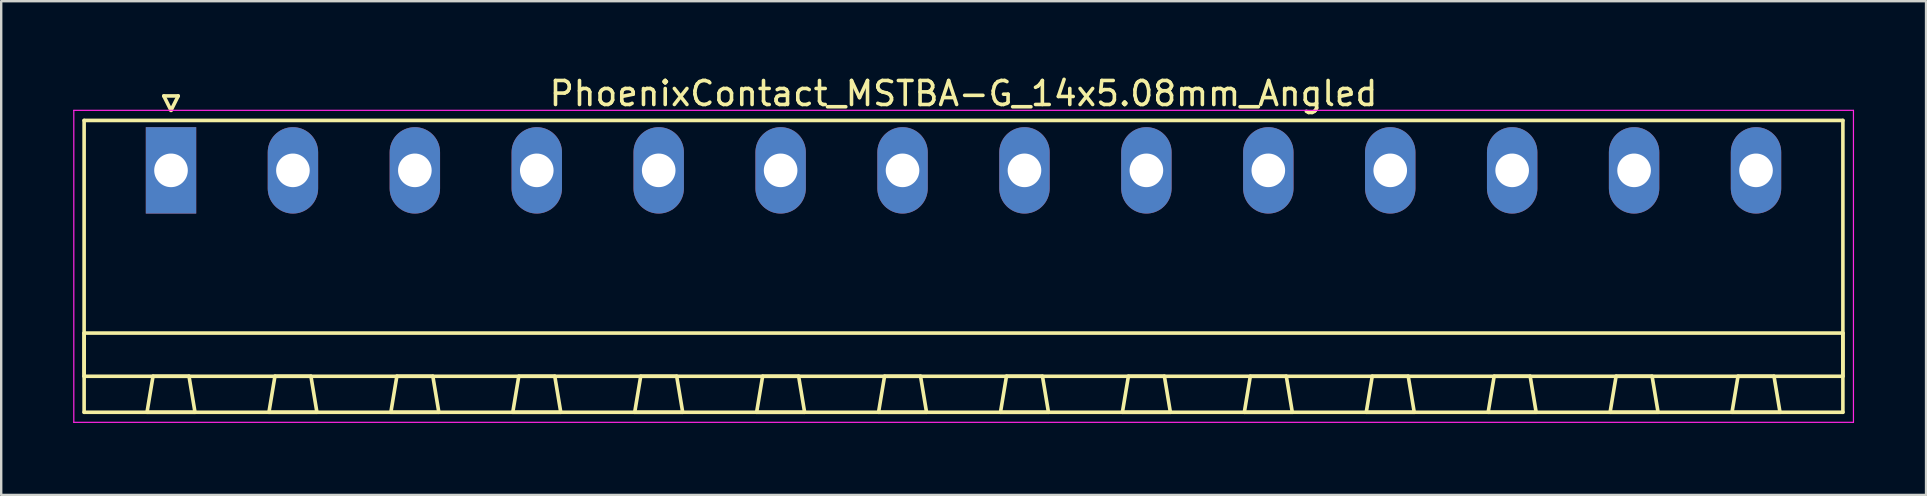
<source format=kicad_pcb>
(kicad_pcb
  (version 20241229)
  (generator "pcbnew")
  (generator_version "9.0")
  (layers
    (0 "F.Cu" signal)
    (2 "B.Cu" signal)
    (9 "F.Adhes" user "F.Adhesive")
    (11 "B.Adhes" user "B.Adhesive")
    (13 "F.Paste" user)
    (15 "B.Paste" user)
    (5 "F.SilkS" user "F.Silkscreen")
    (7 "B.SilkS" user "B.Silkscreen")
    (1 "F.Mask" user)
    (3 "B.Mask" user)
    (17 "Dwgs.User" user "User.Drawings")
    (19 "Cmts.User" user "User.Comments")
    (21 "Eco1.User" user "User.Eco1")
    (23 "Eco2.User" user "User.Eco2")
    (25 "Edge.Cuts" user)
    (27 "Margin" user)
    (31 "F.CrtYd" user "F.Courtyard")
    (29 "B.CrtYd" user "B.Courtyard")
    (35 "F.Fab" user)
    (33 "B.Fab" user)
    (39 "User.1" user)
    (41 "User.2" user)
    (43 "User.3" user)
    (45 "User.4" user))
  (footprint "PhoenixContact_MSTBA-G_14x5.08mm_Angled"
    (layer "F.Cu")
    (at 4.075 4.048)
    (property "Reference" "PhoenixContact_MSTBA-G_14x5.08mm_Angled" (at 33.02 -3.2 0) (layer "F.SilkS") (effects (font (size 1 1) (thickness 0.15))))
    (attr through_hole)
    (fp_line (start -3.62 -2.08) (end -3.62 10.08) (stroke (width 0.15) (type solid)) (layer "F.SilkS"))
    (fp_line (start -3.62 6.78) (end 69.66 6.78) (stroke (width 0.15) (type solid)) (layer "F.SilkS"))
    (fp_line (start -3.62 8.58) (end -3.62 6.78) (stroke (width 0.15) (type solid)) (layer "F.SilkS"))
    (fp_line (start -3.62 10.08) (end 69.66 10.08) (stroke (width 0.15) (type solid)) (layer "F.SilkS"))
    (fp_line (start -1 10.08) (end 1 10.08) (stroke (width 0.15) (type solid)) (layer "F.SilkS"))
    (fp_line (start -0.75 8.58) (end -1 10.08) (stroke (width 0.15) (type solid)) (layer "F.SilkS"))
    (fp_line (start -0.3 -3.1) (end 0 -2.5) (stroke (width 0.15) (type solid)) (layer "F.SilkS"))
    (fp_line (start 0 -2.5) (end 0.3 -3.1) (stroke (width 0.15) (type solid)) (layer "F.SilkS"))
    (fp_line (start 0.3 -3.1) (end -0.3 -3.1) (stroke (width 0.15) (type solid)) (layer "F.SilkS"))
    (fp_line (start 0.75 8.58) (end -0.75 8.58) (stroke (width 0.15) (type solid)) (layer "F.SilkS"))
    (fp_line (start 1 10.08) (end 0.75 8.58) (stroke (width 0.15) (type solid)) (layer "F.SilkS"))
    (fp_line (start 4.08 10.08) (end 6.08 10.08) (stroke (width 0.15) (type solid)) (layer "F.SilkS"))
    (fp_line (start 4.33 8.58) (end 4.08 10.08) (stroke (width 0.15) (type solid)) (layer "F.SilkS"))
    (fp_line (start 5.83 8.58) (end 4.33 8.58) (stroke (width 0.15) (type solid)) (layer "F.SilkS"))
    (fp_line (start 6.08 10.08) (end 5.83 8.58) (stroke (width 0.15) (type solid)) (layer "F.SilkS"))
    (fp_line (start 9.16 10.08) (end 11.16 10.08) (stroke (width 0.15) (type solid)) (layer "F.SilkS"))
    (fp_line (start 9.41 8.58) (end 9.16 10.08) (stroke (width 0.15) (type solid)) (layer "F.SilkS"))
    (fp_line (start 10.91 8.58) (end 9.41 8.58) (stroke (width 0.15) (type solid)) (layer "F.SilkS"))
    (fp_line (start 11.16 10.08) (end 10.91 8.58) (stroke (width 0.15) (type solid)) (layer "F.SilkS"))
    (fp_line (start 14.24 10.08) (end 16.24 10.08) (stroke (width 0.15) (type solid)) (layer "F.SilkS"))
    (fp_line (start 14.49 8.58) (end 14.24 10.08) (stroke (width 0.15) (type solid)) (layer "F.SilkS"))
    (fp_line (start 15.99 8.58) (end 14.49 8.58) (stroke (width 0.15) (type solid)) (layer "F.SilkS"))
    (fp_line (start 16.24 10.08) (end 15.99 8.58) (stroke (width 0.15) (type solid)) (layer "F.SilkS"))
    (fp_line (start 19.32 10.08) (end 21.32 10.08) (stroke (width 0.15) (type solid)) (layer "F.SilkS"))
    (fp_line (start 19.57 8.58) (end 19.32 10.08) (stroke (width 0.15) (type solid)) (layer "F.SilkS"))
    (fp_line (start 21.07 8.58) (end 19.57 8.58) (stroke (width 0.15) (type solid)) (layer "F.SilkS"))
    (fp_line (start 21.32 10.08) (end 21.07 8.58) (stroke (width 0.15) (type solid)) (layer "F.SilkS"))
    (fp_line (start 24.4 10.08) (end 26.4 10.08) (stroke (width 0.15) (type solid)) (layer "F.SilkS"))
    (fp_line (start 24.65 8.58) (end 24.4 10.08) (stroke (width 0.15) (type solid)) (layer "F.SilkS"))
    (fp_line (start 26.15 8.58) (end 24.65 8.58) (stroke (width 0.15) (type solid)) (layer "F.SilkS"))
    (fp_line (start 26.4 10.08) (end 26.15 8.58) (stroke (width 0.15) (type solid)) (layer "F.SilkS"))
    (fp_line (start 29.48 10.08) (end 31.48 10.08) (stroke (width 0.15) (type solid)) (layer "F.SilkS"))
    (fp_line (start 29.73 8.58) (end 29.48 10.08) (stroke (width 0.15) (type solid)) (layer "F.SilkS"))
    (fp_line (start 31.23 8.58) (end 29.73 8.58) (stroke (width 0.15) (type solid)) (layer "F.SilkS"))
    (fp_line (start 31.48 10.08) (end 31.23 8.58) (stroke (width 0.15) (type solid)) (layer "F.SilkS"))
    (fp_line (start 34.56 10.08) (end 36.56 10.08) (stroke (width 0.15) (type solid)) (layer "F.SilkS"))
    (fp_line (start 34.81 8.58) (end 34.56 10.08) (stroke (width 0.15) (type solid)) (layer "F.SilkS"))
    (fp_line (start 36.31 8.58) (end 34.81 8.58) (stroke (width 0.15) (type solid)) (layer "F.SilkS"))
    (fp_line (start 36.56 10.08) (end 36.31 8.58) (stroke (width 0.15) (type solid)) (layer "F.SilkS"))
    (fp_line (start 39.64 10.08) (end 41.64 10.08) (stroke (width 0.15) (type solid)) (layer "F.SilkS"))
    (fp_line (start 39.89 8.58) (end 39.64 10.08) (stroke (width 0.15) (type solid)) (layer "F.SilkS"))
    (fp_line (start 41.39 8.58) (end 39.89 8.58) (stroke (width 0.15) (type solid)) (layer "F.SilkS"))
    (fp_line (start 41.64 10.08) (end 41.39 8.58) (stroke (width 0.15) (type solid)) (layer "F.SilkS"))
    (fp_line (start 44.72 10.08) (end 46.72 10.08) (stroke (width 0.15) (type solid)) (layer "F.SilkS"))
    (fp_line (start 44.97 8.58) (end 44.72 10.08) (stroke (width 0.15) (type solid)) (layer "F.SilkS"))
    (fp_line (start 46.47 8.58) (end 44.97 8.58) (stroke (width 0.15) (type solid)) (layer "F.SilkS"))
    (fp_line (start 46.72 10.08) (end 46.47 8.58) (stroke (width 0.15) (type solid)) (layer "F.SilkS"))
    (fp_line (start 49.8 10.08) (end 51.8 10.08) (stroke (width 0.15) (type solid)) (layer "F.SilkS"))
    (fp_line (start 50.05 8.58) (end 49.8 10.08) (stroke (width 0.15) (type solid)) (layer "F.SilkS"))
    (fp_line (start 51.55 8.58) (end 50.05 8.58) (stroke (width 0.15) (type solid)) (layer "F.SilkS"))
    (fp_line (start 51.8 10.08) (end 51.55 8.58) (stroke (width 0.15) (type solid)) (layer "F.SilkS"))
    (fp_line (start 54.88 10.08) (end 56.88 10.08) (stroke (width 0.15) (type solid)) (layer "F.SilkS"))
    (fp_line (start 55.13 8.58) (end 54.88 10.08) (stroke (width 0.15) (type solid)) (layer "F.SilkS"))
    (fp_line (start 56.63 8.58) (end 55.13 8.58) (stroke (width 0.15) (type solid)) (layer "F.SilkS"))
    (fp_line (start 56.88 10.08) (end 56.63 8.58) (stroke (width 0.15) (type solid)) (layer "F.SilkS"))
    (fp_line (start 59.96 10.08) (end 61.96 10.08) (stroke (width 0.15) (type solid)) (layer "F.SilkS"))
    (fp_line (start 60.21 8.58) (end 59.96 10.08) (stroke (width 0.15) (type solid)) (layer "F.SilkS"))
    (fp_line (start 61.71 8.58) (end 60.21 8.58) (stroke (width 0.15) (type solid)) (layer "F.SilkS"))
    (fp_line (start 61.96 10.08) (end 61.71 8.58) (stroke (width 0.15) (type solid)) (layer "F.SilkS"))
    (fp_line (start 65.04 10.08) (end 67.04 10.08) (stroke (width 0.15) (type solid)) (layer "F.SilkS"))
    (fp_line (start 65.29 8.58) (end 65.04 10.08) (stroke (width 0.15) (type solid)) (layer "F.SilkS"))
    (fp_line (start 66.79 8.58) (end 65.29 8.58) (stroke (width 0.15) (type solid)) (layer "F.SilkS"))
    (fp_line (start 67.04 10.08) (end 66.79 8.58) (stroke (width 0.15) (type solid)) (layer "F.SilkS"))
    (fp_line (start 69.66 -2.08) (end -3.62 -2.08) (stroke (width 0.15) (type solid)) (layer "F.SilkS"))
    (fp_line (start 69.66 6.78) (end 69.66 8.58) (stroke (width 0.15) (type solid)) (layer "F.SilkS"))
    (fp_line (start 69.66 8.58) (end -3.62 8.58) (stroke (width 0.15) (type solid)) (layer "F.SilkS"))
    (fp_line (start 69.66 10.08) (end 69.66 -2.08) (stroke (width 0.15) (type solid)) (layer "F.SilkS"))
    (fp_line (start -4.05 -2.5) (end -4.05 10.5) (stroke (width 0.05) (type solid)) (layer "F.CrtYd"))
    (fp_line (start -4.05 10.5) (end 70.1 10.5) (stroke (width 0.05) (type solid)) (layer "F.CrtYd"))
    (fp_line (start 70.1 -2.5) (end -4.05 -2.5) (stroke (width 0.05) (type solid)) (layer "F.CrtYd"))
    (fp_line (start 70.1 10.5) (end 70.1 -2.5) (stroke (width 0.05) (type solid)) (layer "F.CrtYd"))
    (pad "1" thru_hole rect (at 0 0) (size 2.1 3.6) (drill 1.4) (layers "*.Cu" "*.Mask"))
    (pad "2" thru_hole oval (at 5.08 0) (size 2.1 3.6) (drill 1.4) (layers "*.Cu" "*.Mask"))
    (pad "3" thru_hole oval (at 10.16 0) (size 2.1 3.6) (drill 1.4) (layers "*.Cu" "*.Mask"))
    (pad "4" thru_hole oval (at 15.24 0) (size 2.1 3.6) (drill 1.4) (layers "*.Cu" "*.Mask"))
    (pad "5" thru_hole oval (at 20.32 0) (size 2.1 3.6) (drill 1.4) (layers "*.Cu" "*.Mask"))
    (pad "6" thru_hole oval (at 25.4 0) (size 2.1 3.6) (drill 1.4) (layers "*.Cu" "*.Mask"))
    (pad "7" thru_hole oval (at 30.48 0) (size 2.1 3.6) (drill 1.4) (layers "*.Cu" "*.Mask"))
    (pad "8" thru_hole oval (at 35.56 0) (size 2.1 3.6) (drill 1.4) (layers "*.Cu" "*.Mask"))
    (pad "9" thru_hole oval (at 40.64 0) (size 2.1 3.6) (drill 1.4) (layers "*.Cu" "*.Mask"))
    (pad "10" thru_hole oval (at 45.72 0) (size 2.1 3.6) (drill 1.4) (layers "*.Cu" "*.Mask"))
    (pad "11" thru_hole oval (at 50.8 0) (size 2.1 3.6) (drill 1.4) (layers "*.Cu" "*.Mask"))
    (pad "12" thru_hole oval (at 55.88 0) (size 2.1 3.6) (drill 1.4) (layers "*.Cu" "*.Mask"))
    (pad "13" thru_hole oval (at 60.96 0) (size 2.1 3.6) (drill 1.4) (layers "*.Cu" "*.Mask"))
    (pad "14" thru_hole oval (at 66.04 0) (size 2.1 3.6) (drill 1.4) (layers "*.Cu" "*.Mask")))
  (gr_rect
    (start -3 -3)
    (end 77.2 17.573)
    (stroke (width 0.1) (type default))
    (fill no)
    (layer "Edge.Cuts")))
</source>
